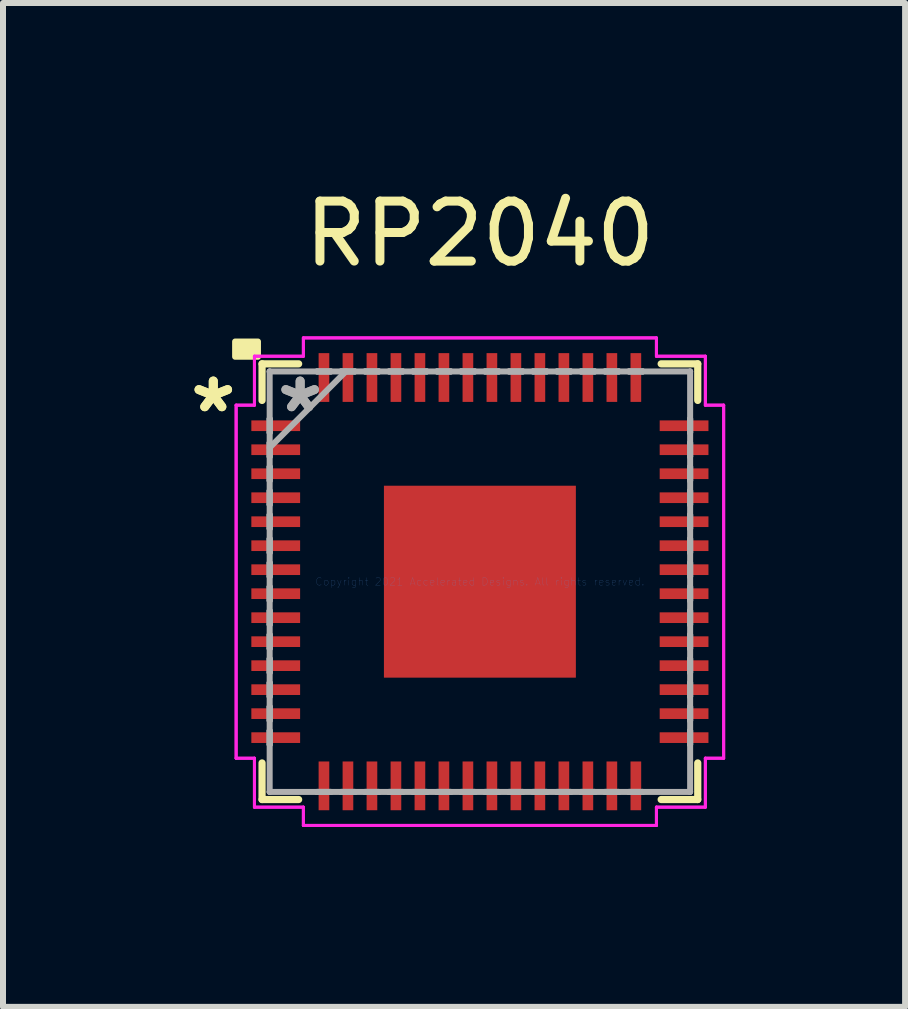
<source format=kicad_pcb>
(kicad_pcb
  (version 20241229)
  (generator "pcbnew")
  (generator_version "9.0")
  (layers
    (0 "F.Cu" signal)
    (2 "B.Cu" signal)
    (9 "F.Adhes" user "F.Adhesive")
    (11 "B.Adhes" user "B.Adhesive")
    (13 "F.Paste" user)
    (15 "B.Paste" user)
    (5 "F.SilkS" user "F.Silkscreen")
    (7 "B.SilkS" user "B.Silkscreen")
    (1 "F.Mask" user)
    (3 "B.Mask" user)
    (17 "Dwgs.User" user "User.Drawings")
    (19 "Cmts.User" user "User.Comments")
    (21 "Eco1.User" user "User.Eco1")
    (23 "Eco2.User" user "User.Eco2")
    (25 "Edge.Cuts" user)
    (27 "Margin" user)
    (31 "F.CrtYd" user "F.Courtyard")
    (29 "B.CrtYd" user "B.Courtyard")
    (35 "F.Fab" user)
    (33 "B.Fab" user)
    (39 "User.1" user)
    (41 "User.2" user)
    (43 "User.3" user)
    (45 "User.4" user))
  (footprint "RP2040"
    (layer "F.Cu")
    (at 4.951 6.648)
    (property "Reference" "RP2040" (at 0 -5.8 0) (layer "F.SilkS") (effects (font (size 1 1) (thickness 0.15))))
    (attr through_hole)
    (fp_line (start -3.632 -3.632) (end -3.632 -3.022) (stroke (width 0.12) (type solid)) (layer "F.SilkS"))
    (fp_line (start -3.632 3.022) (end -3.632 3.632) (stroke (width 0.12) (type solid)) (layer "F.SilkS"))
    (fp_line (start -3.632 3.632) (end -3.022 3.632) (stroke (width 0.12) (type solid)) (layer "F.SilkS"))
    (fp_line (start -3.022 -3.632) (end -3.632 -3.632) (stroke (width 0.12) (type solid)) (layer "F.SilkS"))
    (fp_line (start 3.022 3.632) (end 3.632 3.632) (stroke (width 0.12) (type solid)) (layer "F.SilkS"))
    (fp_line (start 3.632 -3.632) (end 3.022 -3.632) (stroke (width 0.12) (type solid)) (layer "F.SilkS"))
    (fp_line (start 3.632 -3.022) (end 3.632 -3.632) (stroke (width 0.12) (type solid)) (layer "F.SilkS"))
    (fp_line (start 3.632 3.632) (end 3.632 3.022) (stroke (width 0.12) (type solid)) (layer "F.SilkS"))
    (fp_poly (pts (xy -3.7 -3.75) (xy -3.7 -4.004) (xy -4.081 -4.004) (xy -4.081 -3.75)) (stroke (width 0.1) (type solid)) (fill yes) (layer "F.SilkS"))
    (fp_poly (pts (xy -1.5 -1.5) (xy -1.5 -0.1) (xy -0.1 -0.1) (xy -0.1 -1.5)) (stroke (width 0.1) (type solid)) (fill yes) (layer "F.Paste"))
    (fp_poly (pts (xy -1.5 0.1) (xy -1.5 1.5) (xy -0.1 1.5) (xy -0.1 0.1)) (stroke (width 0.1) (type solid)) (fill yes) (layer "F.Paste"))
    (fp_poly (pts (xy 0.1 -1.5) (xy 0.1 -0.1) (xy 1.5 -0.1) (xy 1.5 -1.5)) (stroke (width 0.1) (type solid)) (fill yes) (layer "F.Paste"))
    (fp_poly (pts (xy 0.1 0.1) (xy 0.1 1.5) (xy 1.5 1.5) (xy 1.5 0.1)) (stroke (width 0.1) (type solid)) (fill yes) (layer "F.Paste"))
    (fp_line (start -4.064 -2.943) (end -3.759 -2.943) (stroke (width 0.05) (type solid)) (layer "F.CrtYd"))
    (fp_line (start -4.064 -2.943) (end -3.759 -2.943) (stroke (width 0.05) (type solid)) (layer "F.CrtYd"))
    (fp_line (start -4.064 2.943) (end -4.064 -2.943) (stroke (width 0.05) (type solid)) (layer "F.CrtYd"))
    (fp_line (start -4.064 2.943) (end -4.064 -2.943) (stroke (width 0.05) (type solid)) (layer "F.CrtYd"))
    (fp_line (start -3.759 -3.759) (end -2.943 -3.759) (stroke (width 0.05) (type solid)) (layer "F.CrtYd"))
    (fp_line (start -3.759 -3.759) (end -2.943 -3.759) (stroke (width 0.05) (type solid)) (layer "F.CrtYd"))
    (fp_line (start -3.759 -2.943) (end -3.759 -3.759) (stroke (width 0.05) (type solid)) (layer "F.CrtYd"))
    (fp_line (start -3.759 -2.943) (end -3.759 -3.759) (stroke (width 0.05) (type solid)) (layer "F.CrtYd"))
    (fp_line (start -3.759 2.943) (end -4.064 2.943) (stroke (width 0.05) (type solid)) (layer "F.CrtYd"))
    (fp_line (start -3.759 2.943) (end -4.064 2.943) (stroke (width 0.05) (type solid)) (layer "F.CrtYd"))
    (fp_line (start -3.759 3.759) (end -3.759 2.943) (stroke (width 0.05) (type solid)) (layer "F.CrtYd"))
    (fp_line (start -3.759 3.759) (end -3.759 2.943) (stroke (width 0.05) (type solid)) (layer "F.CrtYd"))
    (fp_line (start -2.943 -4.064) (end 2.943 -4.064) (stroke (width 0.05) (type solid)) (layer "F.CrtYd"))
    (fp_line (start -2.943 -4.064) (end 2.943 -4.064) (stroke (width 0.05) (type solid)) (layer "F.CrtYd"))
    (fp_line (start -2.943 -3.759) (end -2.943 -4.064) (stroke (width 0.05) (type solid)) (layer "F.CrtYd"))
    (fp_line (start -2.943 -3.759) (end -2.943 -4.064) (stroke (width 0.05) (type solid)) (layer "F.CrtYd"))
    (fp_line (start -2.943 3.759) (end -3.759 3.759) (stroke (width 0.05) (type solid)) (layer "F.CrtYd"))
    (fp_line (start -2.943 3.759) (end -3.759 3.759) (stroke (width 0.05) (type solid)) (layer "F.CrtYd"))
    (fp_line (start -2.943 4.064) (end -2.943 3.759) (stroke (width 0.05) (type solid)) (layer "F.CrtYd"))
    (fp_line (start -2.943 4.064) (end -2.943 3.759) (stroke (width 0.05) (type solid)) (layer "F.CrtYd"))
    (fp_line (start 2.943 -4.064) (end 2.943 -3.759) (stroke (width 0.05) (type solid)) (layer "F.CrtYd"))
    (fp_line (start 2.943 -4.064) (end 2.943 -3.759) (stroke (width 0.05) (type solid)) (layer "F.CrtYd"))
    (fp_line (start 2.943 -3.759) (end 3.759 -3.759) (stroke (width 0.05) (type solid)) (layer "F.CrtYd"))
    (fp_line (start 2.943 -3.759) (end 3.759 -3.759) (stroke (width 0.05) (type solid)) (layer "F.CrtYd"))
    (fp_line (start 2.943 3.759) (end 2.943 4.064) (stroke (width 0.05) (type solid)) (layer "F.CrtYd"))
    (fp_line (start 2.943 3.759) (end 2.943 4.064) (stroke (width 0.05) (type solid)) (layer "F.CrtYd"))
    (fp_line (start 2.943 4.064) (end -2.943 4.064) (stroke (width 0.05) (type solid)) (layer "F.CrtYd"))
    (fp_line (start 2.943 4.064) (end -2.943 4.064) (stroke (width 0.05) (type solid)) (layer "F.CrtYd"))
    (fp_line (start 3.759 -3.759) (end 3.759 -2.943) (stroke (width 0.05) (type solid)) (layer "F.CrtYd"))
    (fp_line (start 3.759 -3.759) (end 3.759 -2.943) (stroke (width 0.05) (type solid)) (layer "F.CrtYd"))
    (fp_line (start 3.759 -2.943) (end 4.064 -2.943) (stroke (width 0.05) (type solid)) (layer "F.CrtYd"))
    (fp_line (start 3.759 -2.943) (end 4.064 -2.943) (stroke (width 0.05) (type solid)) (layer "F.CrtYd"))
    (fp_line (start 3.759 2.943) (end 3.759 3.759) (stroke (width 0.05) (type solid)) (layer "F.CrtYd"))
    (fp_line (start 3.759 2.943) (end 3.759 3.759) (stroke (width 0.05) (type solid)) (layer "F.CrtYd"))
    (fp_line (start 3.759 3.759) (end 2.943 3.759) (stroke (width 0.05) (type solid)) (layer "F.CrtYd"))
    (fp_line (start 3.759 3.759) (end 2.943 3.759) (stroke (width 0.05) (type solid)) (layer "F.CrtYd"))
    (fp_line (start 4.064 -2.943) (end 4.064 2.943) (stroke (width 0.05) (type solid)) (layer "F.CrtYd"))
    (fp_line (start 4.064 -2.943) (end 4.064 2.943) (stroke (width 0.05) (type solid)) (layer "F.CrtYd"))
    (fp_line (start 4.064 2.943) (end 3.759 2.943) (stroke (width 0.05) (type solid)) (layer "F.CrtYd"))
    (fp_line (start 4.064 2.943) (end 3.759 2.943) (stroke (width 0.05) (type solid)) (layer "F.CrtYd"))
    (fp_line (start -3.505 -3.505) (end -3.505 -3.505) (stroke (width 0.1) (type solid)) (layer "F.Fab"))
    (fp_line (start -3.505 -3.505) (end -3.505 3.505) (stroke (width 0.1) (type solid)) (layer "F.Fab"))
    (fp_line (start -3.505 -2.714) (end -3.505 -2.714) (stroke (width 0.1) (type solid)) (layer "F.Fab"))
    (fp_line (start -3.505 -2.714) (end -3.505 -2.486) (stroke (width 0.1) (type solid)) (layer "F.Fab"))
    (fp_line (start -3.505 -2.486) (end -3.505 -2.714) (stroke (width 0.1) (type solid)) (layer "F.Fab"))
    (fp_line (start -3.505 -2.486) (end -3.505 -2.486) (stroke (width 0.1) (type solid)) (layer "F.Fab"))
    (fp_line (start -3.505 -2.314) (end -3.505 -2.314) (stroke (width 0.1) (type solid)) (layer "F.Fab"))
    (fp_line (start -3.505 -2.314) (end -3.505 -2.086) (stroke (width 0.1) (type solid)) (layer "F.Fab"))
    (fp_line (start -3.505 -2.235) (end -2.235 -3.505) (stroke (width 0.1) (type solid)) (layer "F.Fab"))
    (fp_line (start -3.505 -2.086) (end -3.505 -2.314) (stroke (width 0.1) (type solid)) (layer "F.Fab"))
    (fp_line (start -3.505 -2.086) (end -3.505 -2.086) (stroke (width 0.1) (type solid)) (layer "F.Fab"))
    (fp_line (start -3.505 -1.914) (end -3.505 -1.914) (stroke (width 0.1) (type solid)) (layer "F.Fab"))
    (fp_line (start -3.505 -1.914) (end -3.505 -1.686) (stroke (width 0.1) (type solid)) (layer "F.Fab"))
    (fp_line (start -3.505 -1.686) (end -3.505 -1.914) (stroke (width 0.1) (type solid)) (layer "F.Fab"))
    (fp_line (start -3.505 -1.686) (end -3.505 -1.686) (stroke (width 0.1) (type solid)) (layer "F.Fab"))
    (fp_line (start -3.505 -1.514) (end -3.505 -1.514) (stroke (width 0.1) (type solid)) (layer "F.Fab"))
    (fp_line (start -3.505 -1.514) (end -3.505 -1.286) (stroke (width 0.1) (type solid)) (layer "F.Fab"))
    (fp_line (start -3.505 -1.286) (end -3.505 -1.514) (stroke (width 0.1) (type solid)) (layer "F.Fab"))
    (fp_line (start -3.505 -1.286) (end -3.505 -1.286) (stroke (width 0.1) (type solid)) (layer "F.Fab"))
    (fp_line (start -3.505 -1.114) (end -3.505 -1.114) (stroke (width 0.1) (type solid)) (layer "F.Fab"))
    (fp_line (start -3.505 -1.114) (end -3.505 -0.886) (stroke (width 0.1) (type solid)) (layer "F.Fab"))
    (fp_line (start -3.505 -0.886) (end -3.505 -1.114) (stroke (width 0.1) (type solid)) (layer "F.Fab"))
    (fp_line (start -3.505 -0.886) (end -3.505 -0.886) (stroke (width 0.1) (type solid)) (layer "F.Fab"))
    (fp_line (start -3.505 -0.714) (end -3.505 -0.714) (stroke (width 0.1) (type solid)) (layer "F.Fab"))
    (fp_line (start -3.505 -0.714) (end -3.505 -0.486) (stroke (width 0.1) (type solid)) (layer "F.Fab"))
    (fp_line (start -3.505 -0.486) (end -3.505 -0.714) (stroke (width 0.1) (type solid)) (layer "F.Fab"))
    (fp_line (start -3.505 -0.486) (end -3.505 -0.486) (stroke (width 0.1) (type solid)) (layer "F.Fab"))
    (fp_line (start -3.505 -0.314) (end -3.505 -0.314) (stroke (width 0.1) (type solid)) (layer "F.Fab"))
    (fp_line (start -3.505 -0.314) (end -3.505 -0.086) (stroke (width 0.1) (type solid)) (layer "F.Fab"))
    (fp_line (start -3.505 -0.086) (end -3.505 -0.314) (stroke (width 0.1) (type solid)) (layer "F.Fab"))
    (fp_line (start -3.505 -0.086) (end -3.505 -0.086) (stroke (width 0.1) (type solid)) (layer "F.Fab"))
    (fp_line (start -3.505 0.086) (end -3.505 0.086) (stroke (width 0.1) (type solid)) (layer "F.Fab"))
    (fp_line (start -3.505 0.086) (end -3.505 0.314) (stroke (width 0.1) (type solid)) (layer "F.Fab"))
    (fp_line (start -3.505 0.314) (end -3.505 0.086) (stroke (width 0.1) (type solid)) (layer "F.Fab"))
    (fp_line (start -3.505 0.314) (end -3.505 0.314) (stroke (width 0.1) (type solid)) (layer "F.Fab"))
    (fp_line (start -3.505 0.486) (end -3.505 0.486) (stroke (width 0.1) (type solid)) (layer "F.Fab"))
    (fp_line (start -3.505 0.486) (end -3.505 0.714) (stroke (width 0.1) (type solid)) (layer "F.Fab"))
    (fp_line (start -3.505 0.714) (end -3.505 0.486) (stroke (width 0.1) (type solid)) (layer "F.Fab"))
    (fp_line (start -3.505 0.714) (end -3.505 0.714) (stroke (width 0.1) (type solid)) (layer "F.Fab"))
    (fp_line (start -3.505 0.886) (end -3.505 0.886) (stroke (width 0.1) (type solid)) (layer "F.Fab"))
    (fp_line (start -3.505 0.886) (end -3.505 1.114) (stroke (width 0.1) (type solid)) (layer "F.Fab"))
    (fp_line (start -3.505 1.114) (end -3.505 0.886) (stroke (width 0.1) (type solid)) (layer "F.Fab"))
    (fp_line (start -3.505 1.114) (end -3.505 1.114) (stroke (width 0.1) (type solid)) (layer "F.Fab"))
    (fp_line (start -3.505 1.286) (end -3.505 1.286) (stroke (width 0.1) (type solid)) (layer "F.Fab"))
    (fp_line (start -3.505 1.286) (end -3.505 1.514) (stroke (width 0.1) (type solid)) (layer "F.Fab"))
    (fp_line (start -3.505 1.514) (end -3.505 1.286) (stroke (width 0.1) (type solid)) (layer "F.Fab"))
    (fp_line (start -3.505 1.514) (end -3.505 1.514) (stroke (width 0.1) (type solid)) (layer "F.Fab"))
    (fp_line (start -3.505 1.686) (end -3.505 1.686) (stroke (width 0.1) (type solid)) (layer "F.Fab"))
    (fp_line (start -3.505 1.686) (end -3.505 1.914) (stroke (width 0.1) (type solid)) (layer "F.Fab"))
    (fp_line (start -3.505 1.914) (end -3.505 1.686) (stroke (width 0.1) (type solid)) (layer "F.Fab"))
    (fp_line (start -3.505 1.914) (end -3.505 1.914) (stroke (width 0.1) (type solid)) (layer "F.Fab"))
    (fp_line (start -3.505 2.086) (end -3.505 2.086) (stroke (width 0.1) (type solid)) (layer "F.Fab"))
    (fp_line (start -3.505 2.086) (end -3.505 2.314) (stroke (width 0.1) (type solid)) (layer "F.Fab"))
    (fp_line (start -3.505 2.314) (end -3.505 2.086) (stroke (width 0.1) (type solid)) (layer "F.Fab"))
    (fp_line (start -3.505 2.314) (end -3.505 2.314) (stroke (width 0.1) (type solid)) (layer "F.Fab"))
    (fp_line (start -3.505 2.486) (end -3.505 2.486) (stroke (width 0.1) (type solid)) (layer "F.Fab"))
    (fp_line (start -3.505 2.486) (end -3.505 2.714) (stroke (width 0.1) (type solid)) (layer "F.Fab"))
    (fp_line (start -3.505 2.714) (end -3.505 2.486) (stroke (width 0.1) (type solid)) (layer "F.Fab"))
    (fp_line (start -3.505 2.714) (end -3.505 2.714) (stroke (width 0.1) (type solid)) (layer "F.Fab"))
    (fp_line (start -3.505 3.505) (end -3.505 3.505) (stroke (width 0.1) (type solid)) (layer "F.Fab"))
    (fp_line (start -3.505 3.505) (end 3.505 3.505) (stroke (width 0.1) (type solid)) (layer "F.Fab"))
    (fp_line (start -2.714 -3.505) (end -2.714 -3.505) (stroke (width 0.1) (type solid)) (layer "F.Fab"))
    (fp_line (start -2.714 -3.505) (end -2.486 -3.505) (stroke (width 0.1) (type solid)) (layer "F.Fab"))
    (fp_line (start -2.714 3.505) (end -2.714 3.505) (stroke (width 0.1) (type solid)) (layer "F.Fab"))
    (fp_line (start -2.714 3.505) (end -2.486 3.505) (stroke (width 0.1) (type solid)) (layer "F.Fab"))
    (fp_line (start -2.486 -3.505) (end -2.714 -3.505) (stroke (width 0.1) (type solid)) (layer "F.Fab"))
    (fp_line (start -2.486 -3.505) (end -2.486 -3.505) (stroke (width 0.1) (type solid)) (layer "F.Fab"))
    (fp_line (start -2.486 3.505) (end -2.714 3.505) (stroke (width 0.1) (type solid)) (layer "F.Fab"))
    (fp_line (start -2.486 3.505) (end -2.486 3.505) (stroke (width 0.1) (type solid)) (layer "F.Fab"))
    (fp_line (start -2.314 -3.505) (end -2.314 -3.505) (stroke (width 0.1) (type solid)) (layer "F.Fab"))
    (fp_line (start -2.314 -3.505) (end -2.086 -3.505) (stroke (width 0.1) (type solid)) (layer "F.Fab"))
    (fp_line (start -2.314 3.505) (end -2.314 3.505) (stroke (width 0.1) (type solid)) (layer "F.Fab"))
    (fp_line (start -2.314 3.505) (end -2.086 3.505) (stroke (width 0.1) (type solid)) (layer "F.Fab"))
    (fp_line (start -2.086 -3.505) (end -2.314 -3.505) (stroke (width 0.1) (type solid)) (layer "F.Fab"))
    (fp_line (start -2.086 -3.505) (end -2.086 -3.505) (stroke (width 0.1) (type solid)) (layer "F.Fab"))
    (fp_line (start -2.086 3.505) (end -2.314 3.505) (stroke (width 0.1) (type solid)) (layer "F.Fab"))
    (fp_line (start -2.086 3.505) (end -2.086 3.505) (stroke (width 0.1) (type solid)) (layer "F.Fab"))
    (fp_line (start -1.914 -3.505) (end -1.914 -3.505) (stroke (width 0.1) (type solid)) (layer "F.Fab"))
    (fp_line (start -1.914 -3.505) (end -1.686 -3.505) (stroke (width 0.1) (type solid)) (layer "F.Fab"))
    (fp_line (start -1.914 3.505) (end -1.914 3.505) (stroke (width 0.1) (type solid)) (layer "F.Fab"))
    (fp_line (start -1.914 3.505) (end -1.686 3.505) (stroke (width 0.1) (type solid)) (layer "F.Fab"))
    (fp_line (start -1.686 -3.505) (end -1.914 -3.505) (stroke (width 0.1) (type solid)) (layer "F.Fab"))
    (fp_line (start -1.686 -3.505) (end -1.686 -3.505) (stroke (width 0.1) (type solid)) (layer "F.Fab"))
    (fp_line (start -1.686 3.505) (end -1.914 3.505) (stroke (width 0.1) (type solid)) (layer "F.Fab"))
    (fp_line (start -1.686 3.505) (end -1.686 3.505) (stroke (width 0.1) (type solid)) (layer "F.Fab"))
    (fp_line (start -1.514 -3.505) (end -1.514 -3.505) (stroke (width 0.1) (type solid)) (layer "F.Fab"))
    (fp_line (start -1.514 -3.505) (end -1.286 -3.505) (stroke (width 0.1) (type solid)) (layer "F.Fab"))
    (fp_line (start -1.514 3.505) (end -1.514 3.505) (stroke (width 0.1) (type solid)) (layer "F.Fab"))
    (fp_line (start -1.514 3.505) (end -1.286 3.505) (stroke (width 0.1) (type solid)) (layer "F.Fab"))
    (fp_line (start -1.286 -3.505) (end -1.514 -3.505) (stroke (width 0.1) (type solid)) (layer "F.Fab"))
    (fp_line (start -1.286 -3.505) (end -1.286 -3.505) (stroke (width 0.1) (type solid)) (layer "F.Fab"))
    (fp_line (start -1.286 3.505) (end -1.514 3.505) (stroke (width 0.1) (type solid)) (layer "F.Fab"))
    (fp_line (start -1.286 3.505) (end -1.286 3.505) (stroke (width 0.1) (type solid)) (layer "F.Fab"))
    (fp_line (start -1.114 -3.505) (end -1.114 -3.505) (stroke (width 0.1) (type solid)) (layer "F.Fab"))
    (fp_line (start -1.114 -3.505) (end -0.886 -3.505) (stroke (width 0.1) (type solid)) (layer "F.Fab"))
    (fp_line (start -1.114 3.505) (end -1.114 3.505) (stroke (width 0.1) (type solid)) (layer "F.Fab"))
    (fp_line (start -1.114 3.505) (end -0.886 3.505) (stroke (width 0.1) (type solid)) (layer "F.Fab"))
    (fp_line (start -0.886 -3.505) (end -1.114 -3.505) (stroke (width 0.1) (type solid)) (layer "F.Fab"))
    (fp_line (start -0.886 -3.505) (end -0.886 -3.505) (stroke (width 0.1) (type solid)) (layer "F.Fab"))
    (fp_line (start -0.886 3.505) (end -1.114 3.505) (stroke (width 0.1) (type solid)) (layer "F.Fab"))
    (fp_line (start -0.886 3.505) (end -0.886 3.505) (stroke (width 0.1) (type solid)) (layer "F.Fab"))
    (fp_line (start -0.714 -3.505) (end -0.714 -3.505) (stroke (width 0.1) (type solid)) (layer "F.Fab"))
    (fp_line (start -0.714 -3.505) (end -0.486 -3.505) (stroke (width 0.1) (type solid)) (layer "F.Fab"))
    (fp_line (start -0.714 3.505) (end -0.714 3.505) (stroke (width 0.1) (type solid)) (layer "F.Fab"))
    (fp_line (start -0.714 3.505) (end -0.486 3.505) (stroke (width 0.1) (type solid)) (layer "F.Fab"))
    (fp_line (start -0.486 -3.505) (end -0.714 -3.505) (stroke (width 0.1) (type solid)) (layer "F.Fab"))
    (fp_line (start -0.486 -3.505) (end -0.486 -3.505) (stroke (width 0.1) (type solid)) (layer "F.Fab"))
    (fp_line (start -0.486 3.505) (end -0.714 3.505) (stroke (width 0.1) (type solid)) (layer "F.Fab"))
    (fp_line (start -0.486 3.505) (end -0.486 3.505) (stroke (width 0.1) (type solid)) (layer "F.Fab"))
    (fp_line (start -0.314 -3.505) (end -0.314 -3.505) (stroke (width 0.1) (type solid)) (layer "F.Fab"))
    (fp_line (start -0.314 -3.505) (end -0.086 -3.505) (stroke (width 0.1) (type solid)) (layer "F.Fab"))
    (fp_line (start -0.314 3.505) (end -0.314 3.505) (stroke (width 0.1) (type solid)) (layer "F.Fab"))
    (fp_line (start -0.314 3.505) (end -0.086 3.505) (stroke (width 0.1) (type solid)) (layer "F.Fab"))
    (fp_line (start -0.086 -3.505) (end -0.314 -3.505) (stroke (width 0.1) (type solid)) (layer "F.Fab"))
    (fp_line (start -0.086 -3.505) (end -0.086 -3.505) (stroke (width 0.1) (type solid)) (layer "F.Fab"))
    (fp_line (start -0.086 3.505) (end -0.314 3.505) (stroke (width 0.1) (type solid)) (layer "F.Fab"))
    (fp_line (start -0.086 3.505) (end -0.086 3.505) (stroke (width 0.1) (type solid)) (layer "F.Fab"))
    (fp_line (start 0.086 -3.505) (end 0.086 -3.505) (stroke (width 0.1) (type solid)) (layer "F.Fab"))
    (fp_line (start 0.086 -3.505) (end 0.314 -3.505) (stroke (width 0.1) (type solid)) (layer "F.Fab"))
    (fp_line (start 0.086 3.505) (end 0.086 3.505) (stroke (width 0.1) (type solid)) (layer "F.Fab"))
    (fp_line (start 0.086 3.505) (end 0.314 3.505) (stroke (width 0.1) (type solid)) (layer "F.Fab"))
    (fp_line (start 0.314 -3.505) (end 0.086 -3.505) (stroke (width 0.1) (type solid)) (layer "F.Fab"))
    (fp_line (start 0.314 -3.505) (end 0.314 -3.505) (stroke (width 0.1) (type solid)) (layer "F.Fab"))
    (fp_line (start 0.314 3.505) (end 0.086 3.505) (stroke (width 0.1) (type solid)) (layer "F.Fab"))
    (fp_line (start 0.314 3.505) (end 0.314 3.505) (stroke (width 0.1) (type solid)) (layer "F.Fab"))
    (fp_line (start 0.486 -3.505) (end 0.486 -3.505) (stroke (width 0.1) (type solid)) (layer "F.Fab"))
    (fp_line (start 0.486 -3.505) (end 0.714 -3.505) (stroke (width 0.1) (type solid)) (layer "F.Fab"))
    (fp_line (start 0.486 3.505) (end 0.486 3.505) (stroke (width 0.1) (type solid)) (layer "F.Fab"))
    (fp_line (start 0.486 3.505) (end 0.714 3.505) (stroke (width 0.1) (type solid)) (layer "F.Fab"))
    (fp_line (start 0.714 -3.505) (end 0.486 -3.505) (stroke (width 0.1) (type solid)) (layer "F.Fab"))
    (fp_line (start 0.714 -3.505) (end 0.714 -3.505) (stroke (width 0.1) (type solid)) (layer "F.Fab"))
    (fp_line (start 0.714 3.505) (end 0.486 3.505) (stroke (width 0.1) (type solid)) (layer "F.Fab"))
    (fp_line (start 0.714 3.505) (end 0.714 3.505) (stroke (width 0.1) (type solid)) (layer "F.Fab"))
    (fp_line (start 0.886 -3.505) (end 0.886 -3.505) (stroke (width 0.1) (type solid)) (layer "F.Fab"))
    (fp_line (start 0.886 -3.505) (end 1.114 -3.505) (stroke (width 0.1) (type solid)) (layer "F.Fab"))
    (fp_line (start 0.886 3.505) (end 0.886 3.505) (stroke (width 0.1) (type solid)) (layer "F.Fab"))
    (fp_line (start 0.886 3.505) (end 1.114 3.505) (stroke (width 0.1) (type solid)) (layer "F.Fab"))
    (fp_line (start 1.114 -3.505) (end 0.886 -3.505) (stroke (width 0.1) (type solid)) (layer "F.Fab"))
    (fp_line (start 1.114 -3.505) (end 1.114 -3.505) (stroke (width 0.1) (type solid)) (layer "F.Fab"))
    (fp_line (start 1.114 3.505) (end 0.886 3.505) (stroke (width 0.1) (type solid)) (layer "F.Fab"))
    (fp_line (start 1.114 3.505) (end 1.114 3.505) (stroke (width 0.1) (type solid)) (layer "F.Fab"))
    (fp_line (start 1.286 -3.505) (end 1.286 -3.505) (stroke (width 0.1) (type solid)) (layer "F.Fab"))
    (fp_line (start 1.286 -3.505) (end 1.514 -3.505) (stroke (width 0.1) (type solid)) (layer "F.Fab"))
    (fp_line (start 1.286 3.505) (end 1.286 3.505) (stroke (width 0.1) (type solid)) (layer "F.Fab"))
    (fp_line (start 1.286 3.505) (end 1.514 3.505) (stroke (width 0.1) (type solid)) (layer "F.Fab"))
    (fp_line (start 1.514 -3.505) (end 1.286 -3.505) (stroke (width 0.1) (type solid)) (layer "F.Fab"))
    (fp_line (start 1.514 -3.505) (end 1.514 -3.505) (stroke (width 0.1) (type solid)) (layer "F.Fab"))
    (fp_line (start 1.514 3.505) (end 1.286 3.505) (stroke (width 0.1) (type solid)) (layer "F.Fab"))
    (fp_line (start 1.514 3.505) (end 1.514 3.505) (stroke (width 0.1) (type solid)) (layer "F.Fab"))
    (fp_line (start 1.686 -3.505) (end 1.686 -3.505) (stroke (width 0.1) (type solid)) (layer "F.Fab"))
    (fp_line (start 1.686 -3.505) (end 1.914 -3.505) (stroke (width 0.1) (type solid)) (layer "F.Fab"))
    (fp_line (start 1.686 3.505) (end 1.686 3.505) (stroke (width 0.1) (type solid)) (layer "F.Fab"))
    (fp_line (start 1.686 3.505) (end 1.914 3.505) (stroke (width 0.1) (type solid)) (layer "F.Fab"))
    (fp_line (start 1.914 -3.505) (end 1.686 -3.505) (stroke (width 0.1) (type solid)) (layer "F.Fab"))
    (fp_line (start 1.914 -3.505) (end 1.914 -3.505) (stroke (width 0.1) (type solid)) (layer "F.Fab"))
    (fp_line (start 1.914 3.505) (end 1.686 3.505) (stroke (width 0.1) (type solid)) (layer "F.Fab"))
    (fp_line (start 1.914 3.505) (end 1.914 3.505) (stroke (width 0.1) (type solid)) (layer "F.Fab"))
    (fp_line (start 2.086 -3.505) (end 2.086 -3.505) (stroke (width 0.1) (type solid)) (layer "F.Fab"))
    (fp_line (start 2.086 -3.505) (end 2.314 -3.505) (stroke (width 0.1) (type solid)) (layer "F.Fab"))
    (fp_line (start 2.086 3.505) (end 2.086 3.505) (stroke (width 0.1) (type solid)) (layer "F.Fab"))
    (fp_line (start 2.086 3.505) (end 2.314 3.505) (stroke (width 0.1) (type solid)) (layer "F.Fab"))
    (fp_line (start 2.314 -3.505) (end 2.086 -3.505) (stroke (width 0.1) (type solid)) (layer "F.Fab"))
    (fp_line (start 2.314 -3.505) (end 2.314 -3.505) (stroke (width 0.1) (type solid)) (layer "F.Fab"))
    (fp_line (start 2.314 3.505) (end 2.086 3.505) (stroke (width 0.1) (type solid)) (layer "F.Fab"))
    (fp_line (start 2.314 3.505) (end 2.314 3.505) (stroke (width 0.1) (type solid)) (layer "F.Fab"))
    (fp_line (start 2.486 -3.505) (end 2.486 -3.505) (stroke (width 0.1) (type solid)) (layer "F.Fab"))
    (fp_line (start 2.486 -3.505) (end 2.714 -3.505) (stroke (width 0.1) (type solid)) (layer "F.Fab"))
    (fp_line (start 2.486 3.505) (end 2.486 3.505) (stroke (width 0.1) (type solid)) (layer "F.Fab"))
    (fp_line (start 2.486 3.505) (end 2.714 3.505) (stroke (width 0.1) (type solid)) (layer "F.Fab"))
    (fp_line (start 2.714 -3.505) (end 2.486 -3.505) (stroke (width 0.1) (type solid)) (layer "F.Fab"))
    (fp_line (start 2.714 -3.505) (end 2.714 -3.505) (stroke (width 0.1) (type solid)) (layer "F.Fab"))
    (fp_line (start 2.714 3.505) (end 2.486 3.505) (stroke (width 0.1) (type solid)) (layer "F.Fab"))
    (fp_line (start 2.714 3.505) (end 2.714 3.505) (stroke (width 0.1) (type solid)) (layer "F.Fab"))
    (fp_line (start 3.505 -3.505) (end -3.505 -3.505) (stroke (width 0.1) (type solid)) (layer "F.Fab"))
    (fp_line (start 3.505 -3.505) (end 3.505 -3.505) (stroke (width 0.1) (type solid)) (layer "F.Fab"))
    (fp_line (start 3.505 -2.714) (end 3.505 -2.714) (stroke (width 0.1) (type solid)) (layer "F.Fab"))
    (fp_line (start 3.505 -2.714) (end 3.505 -2.486) (stroke (width 0.1) (type solid)) (layer "F.Fab"))
    (fp_line (start 3.505 -2.486) (end 3.505 -2.714) (stroke (width 0.1) (type solid)) (layer "F.Fab"))
    (fp_line (start 3.505 -2.486) (end 3.505 -2.486) (stroke (width 0.1) (type solid)) (layer "F.Fab"))
    (fp_line (start 3.505 -2.314) (end 3.505 -2.314) (stroke (width 0.1) (type solid)) (layer "F.Fab"))
    (fp_line (start 3.505 -2.314) (end 3.505 -2.086) (stroke (width 0.1) (type solid)) (layer "F.Fab"))
    (fp_line (start 3.505 -2.086) (end 3.505 -2.314) (stroke (width 0.1) (type solid)) (layer "F.Fab"))
    (fp_line (start 3.505 -2.086) (end 3.505 -2.086) (stroke (width 0.1) (type solid)) (layer "F.Fab"))
    (fp_line (start 3.505 -1.914) (end 3.505 -1.914) (stroke (width 0.1) (type solid)) (layer "F.Fab"))
    (fp_line (start 3.505 -1.914) (end 3.505 -1.686) (stroke (width 0.1) (type solid)) (layer "F.Fab"))
    (fp_line (start 3.505 -1.686) (end 3.505 -1.914) (stroke (width 0.1) (type solid)) (layer "F.Fab"))
    (fp_line (start 3.505 -1.686) (end 3.505 -1.686) (stroke (width 0.1) (type solid)) (layer "F.Fab"))
    (fp_line (start 3.505 -1.514) (end 3.505 -1.514) (stroke (width 0.1) (type solid)) (layer "F.Fab"))
    (fp_line (start 3.505 -1.514) (end 3.505 -1.286) (stroke (width 0.1) (type solid)) (layer "F.Fab"))
    (fp_line (start 3.505 -1.286) (end 3.505 -1.514) (stroke (width 0.1) (type solid)) (layer "F.Fab"))
    (fp_line (start 3.505 -1.286) (end 3.505 -1.286) (stroke (width 0.1) (type solid)) (layer "F.Fab"))
    (fp_line (start 3.505 -1.114) (end 3.505 -1.114) (stroke (width 0.1) (type solid)) (layer "F.Fab"))
    (fp_line (start 3.505 -1.114) (end 3.505 -0.886) (stroke (width 0.1) (type solid)) (layer "F.Fab"))
    (fp_line (start 3.505 -0.886) (end 3.505 -1.114) (stroke (width 0.1) (type solid)) (layer "F.Fab"))
    (fp_line (start 3.505 -0.886) (end 3.505 -0.886) (stroke (width 0.1) (type solid)) (layer "F.Fab"))
    (fp_line (start 3.505 -0.714) (end 3.505 -0.714) (stroke (width 0.1) (type solid)) (layer "F.Fab"))
    (fp_line (start 3.505 -0.714) (end 3.505 -0.486) (stroke (width 0.1) (type solid)) (layer "F.Fab"))
    (fp_line (start 3.505 -0.486) (end 3.505 -0.714) (stroke (width 0.1) (type solid)) (layer "F.Fab"))
    (fp_line (start 3.505 -0.486) (end 3.505 -0.486) (stroke (width 0.1) (type solid)) (layer "F.Fab"))
    (fp_line (start 3.505 -0.314) (end 3.505 -0.314) (stroke (width 0.1) (type solid)) (layer "F.Fab"))
    (fp_line (start 3.505 -0.314) (end 3.505 -0.086) (stroke (width 0.1) (type solid)) (layer "F.Fab"))
    (fp_line (start 3.505 -0.086) (end 3.505 -0.314) (stroke (width 0.1) (type solid)) (layer "F.Fab"))
    (fp_line (start 3.505 -0.086) (end 3.505 -0.086) (stroke (width 0.1) (type solid)) (layer "F.Fab"))
    (fp_line (start 3.505 0.086) (end 3.505 0.086) (stroke (width 0.1) (type solid)) (layer "F.Fab"))
    (fp_line (start 3.505 0.086) (end 3.505 0.314) (stroke (width 0.1) (type solid)) (layer "F.Fab"))
    (fp_line (start 3.505 0.314) (end 3.505 0.086) (stroke (width 0.1) (type solid)) (layer "F.Fab"))
    (fp_line (start 3.505 0.314) (end 3.505 0.314) (stroke (width 0.1) (type solid)) (layer "F.Fab"))
    (fp_line (start 3.505 0.486) (end 3.505 0.486) (stroke (width 0.1) (type solid)) (layer "F.Fab"))
    (fp_line (start 3.505 0.486) (end 3.505 0.714) (stroke (width 0.1) (type solid)) (layer "F.Fab"))
    (fp_line (start 3.505 0.714) (end 3.505 0.486) (stroke (width 0.1) (type solid)) (layer "F.Fab"))
    (fp_line (start 3.505 0.714) (end 3.505 0.714) (stroke (width 0.1) (type solid)) (layer "F.Fab"))
    (fp_line (start 3.505 0.886) (end 3.505 0.886) (stroke (width 0.1) (type solid)) (layer "F.Fab"))
    (fp_line (start 3.505 0.886) (end 3.505 1.114) (stroke (width 0.1) (type solid)) (layer "F.Fab"))
    (fp_line (start 3.505 1.114) (end 3.505 0.886) (stroke (width 0.1) (type solid)) (layer "F.Fab"))
    (fp_line (start 3.505 1.114) (end 3.505 1.114) (stroke (width 0.1) (type solid)) (layer "F.Fab"))
    (fp_line (start 3.505 1.286) (end 3.505 1.286) (stroke (width 0.1) (type solid)) (layer "F.Fab"))
    (fp_line (start 3.505 1.286) (end 3.505 1.514) (stroke (width 0.1) (type solid)) (layer "F.Fab"))
    (fp_line (start 3.505 1.514) (end 3.505 1.286) (stroke (width 0.1) (type solid)) (layer "F.Fab"))
    (fp_line (start 3.505 1.514) (end 3.505 1.514) (stroke (width 0.1) (type solid)) (layer "F.Fab"))
    (fp_line (start 3.505 1.686) (end 3.505 1.686) (stroke (width 0.1) (type solid)) (layer "F.Fab"))
    (fp_line (start 3.505 1.686) (end 3.505 1.914) (stroke (width 0.1) (type solid)) (layer "F.Fab"))
    (fp_line (start 3.505 1.914) (end 3.505 1.686) (stroke (width 0.1) (type solid)) (layer "F.Fab"))
    (fp_line (start 3.505 1.914) (end 3.505 1.914) (stroke (width 0.1) (type solid)) (layer "F.Fab"))
    (fp_line (start 3.505 2.086) (end 3.505 2.086) (stroke (width 0.1) (type solid)) (layer "F.Fab"))
    (fp_line (start 3.505 2.086) (end 3.505 2.314) (stroke (width 0.1) (type solid)) (layer "F.Fab"))
    (fp_line (start 3.505 2.314) (end 3.505 2.086) (stroke (width 0.1) (type solid)) (layer "F.Fab"))
    (fp_line (start 3.505 2.314) (end 3.505 2.314) (stroke (width 0.1) (type solid)) (layer "F.Fab"))
    (fp_line (start 3.505 2.486) (end 3.505 2.486) (stroke (width 0.1) (type solid)) (layer "F.Fab"))
    (fp_line (start 3.505 2.486) (end 3.505 2.714) (stroke (width 0.1) (type solid)) (layer "F.Fab"))
    (fp_line (start 3.505 2.714) (end 3.505 2.486) (stroke (width 0.1) (type solid)) (layer "F.Fab"))
    (fp_line (start 3.505 2.714) (end 3.505 2.714) (stroke (width 0.1) (type solid)) (layer "F.Fab"))
    (fp_line (start 3.505 3.505) (end 3.505 -3.505) (stroke (width 0.1) (type solid)) (layer "F.Fab"))
    (fp_line (start 3.505 3.505) (end 3.505 3.505) (stroke (width 0.1) (type solid)) (layer "F.Fab"))
    (fp_text user "*" (at -4.445 -2.8 0) (layer "F.SilkS") (effects (font (size 1 1) (thickness 0.15))))
    (fp_text user "*" (at -4.445 -2.8 0) (layer "F.SilkS") (effects (font (size 1 1) (thickness 0.15))))
    (fp_text user "Copyright 2021 Accelerated Designs. All rights reserved." (at 0 0 0) (layer "Cmts.User") (effects (font (size 0.127 0.127) (thickness 0.002))))
    (fp_text user "*" (at -2.997 -2.8 0) (layer "F.Fab") (effects (font (size 1 1) (thickness 0.15))))
    (fp_text user "*" (at -2.997 -2.8 0) (layer "F.Fab") (effects (font (size 1 1) (thickness 0.15))))
    (pad "1" smd rect (at -3.404 -2.6 90) (size 0.178 0.813) (layers "F.Cu" "F.Mask" "F.Paste"))
    (pad "2" smd rect (at -3.404 -2.2 90) (size 0.178 0.813) (layers "F.Cu" "F.Mask" "F.Paste"))
    (pad "3" smd rect (at -3.404 -1.8 90) (size 0.178 0.813) (layers "F.Cu" "F.Mask" "F.Paste"))
    (pad "4" smd rect (at -3.404 -1.4 90) (size 0.178 0.813) (layers "F.Cu" "F.Mask" "F.Paste"))
    (pad "5" smd rect (at -3.404 -1 90) (size 0.178 0.813) (layers "F.Cu" "F.Mask" "F.Paste"))
    (pad "6" smd rect (at -3.404 -0.6 90) (size 0.178 0.813) (layers "F.Cu" "F.Mask" "F.Paste"))
    (pad "7" smd rect (at -3.404 -0.2 90) (size 0.178 0.813) (layers "F.Cu" "F.Mask" "F.Paste"))
    (pad "8" smd rect (at -3.404 0.2 90) (size 0.178 0.813) (layers "F.Cu" "F.Mask" "F.Paste"))
    (pad "9" smd rect (at -3.404 0.6 90) (size 0.178 0.813) (layers "F.Cu" "F.Mask" "F.Paste"))
    (pad "10" smd rect (at -3.404 1 90) (size 0.178 0.813) (layers "F.Cu" "F.Mask" "F.Paste"))
    (pad "11" smd rect (at -3.404 1.4 90) (size 0.178 0.813) (layers "F.Cu" "F.Mask" "F.Paste"))
    (pad "12" smd rect (at -3.404 1.8 90) (size 0.178 0.813) (layers "F.Cu" "F.Mask" "F.Paste"))
    (pad "13" smd rect (at -3.404 2.2 90) (size 0.178 0.813) (layers "F.Cu" "F.Mask" "F.Paste"))
    (pad "14" smd rect (at -3.404 2.6 90) (size 0.178 0.813) (layers "F.Cu" "F.Mask" "F.Paste"))
    (pad "15" smd rect (at -2.6 3.404) (size 0.178 0.813) (layers "F.Cu" "F.Mask" "F.Paste"))
    (pad "16" smd rect (at -2.2 3.404) (size 0.178 0.813) (layers "F.Cu" "F.Mask" "F.Paste"))
    (pad "17" smd rect (at -1.8 3.404) (size 0.178 0.813) (layers "F.Cu" "F.Mask" "F.Paste"))
    (pad "18" smd rect (at -1.4 3.404) (size 0.178 0.813) (layers "F.Cu" "F.Mask" "F.Paste"))
    (pad "19" smd rect (at -1 3.404) (size 0.178 0.813) (layers "F.Cu" "F.Mask" "F.Paste"))
    (pad "20" smd rect (at -0.6 3.404) (size 0.178 0.813) (layers "F.Cu" "F.Mask" "F.Paste"))
    (pad "21" smd rect (at -0.2 3.404) (size 0.178 0.813) (layers "F.Cu" "F.Mask" "F.Paste"))
    (pad "22" smd rect (at 0.2 3.404) (size 0.178 0.813) (layers "F.Cu" "F.Mask" "F.Paste"))
    (pad "23" smd rect (at 0.6 3.404) (size 0.178 0.813) (layers "F.Cu" "F.Mask" "F.Paste"))
    (pad "24" smd rect (at 1 3.404) (size 0.178 0.813) (layers "F.Cu" "F.Mask" "F.Paste"))
    (pad "25" smd rect (at 1.4 3.404) (size 0.178 0.813) (layers "F.Cu" "F.Mask" "F.Paste"))
    (pad "26" smd rect (at 1.8 3.404) (size 0.178 0.813) (layers "F.Cu" "F.Mask" "F.Paste"))
    (pad "27" smd rect (at 2.2 3.404) (size 0.178 0.813) (layers "F.Cu" "F.Mask" "F.Paste"))
    (pad "28" smd rect (at 2.6 3.404) (size 0.178 0.813) (layers "F.Cu" "F.Mask" "F.Paste"))
    (pad "29" smd rect (at 3.404 2.6 90) (size 0.178 0.813) (layers "F.Cu" "F.Mask" "F.Paste"))
    (pad "30" smd rect (at 3.404 2.2 90) (size 0.178 0.813) (layers "F.Cu" "F.Mask" "F.Paste"))
    (pad "31" smd rect (at 3.404 1.8 90) (size 0.178 0.813) (layers "F.Cu" "F.Mask" "F.Paste"))
    (pad "32" smd rect (at 3.404 1.4 90) (size 0.178 0.813) (layers "F.Cu" "F.Mask" "F.Paste"))
    (pad "33" smd rect (at 3.404 1 90) (size 0.178 0.813) (layers "F.Cu" "F.Mask" "F.Paste"))
    (pad "34" smd rect (at 3.404 0.6 90) (size 0.178 0.813) (layers "F.Cu" "F.Mask" "F.Paste"))
    (pad "35" smd rect (at 3.404 0.2 90) (size 0.178 0.813) (layers "F.Cu" "F.Mask" "F.Paste"))
    (pad "36" smd rect (at 3.404 -0.2 90) (size 0.178 0.813) (layers "F.Cu" "F.Mask" "F.Paste"))
    (pad "37" smd rect (at 3.404 -0.6 90) (size 0.178 0.813) (layers "F.Cu" "F.Mask" "F.Paste"))
    (pad "38" smd rect (at 3.404 -1 90) (size 0.178 0.813) (layers "F.Cu" "F.Mask" "F.Paste"))
    (pad "39" smd rect (at 3.404 -1.4 90) (size 0.178 0.813) (layers "F.Cu" "F.Mask" "F.Paste"))
    (pad "40" smd rect (at 3.404 -1.8 90) (size 0.178 0.813) (layers "F.Cu" "F.Mask" "F.Paste"))
    (pad "41" smd rect (at 3.404 -2.2 90) (size 0.178 0.813) (layers "F.Cu" "F.Mask" "F.Paste"))
    (pad "42" smd rect (at 3.404 -2.6 90) (size 0.178 0.813) (layers "F.Cu" "F.Mask" "F.Paste"))
    (pad "43" smd rect (at 2.6 -3.404) (size 0.178 0.813) (layers "F.Cu" "F.Mask" "F.Paste"))
    (pad "44" smd rect (at 2.2 -3.404) (size 0.178 0.813) (layers "F.Cu" "F.Mask" "F.Paste"))
    (pad "45" smd rect (at 1.8 -3.404) (size 0.178 0.813) (layers "F.Cu" "F.Mask" "F.Paste"))
    (pad "46" smd rect (at 1.4 -3.404) (size 0.178 0.813) (layers "F.Cu" "F.Mask" "F.Paste"))
    (pad "47" smd rect (at 1 -3.404) (size 0.178 0.813) (layers "F.Cu" "F.Mask" "F.Paste"))
    (pad "48" smd rect (at 0.6 -3.404) (size 0.178 0.813) (layers "F.Cu" "F.Mask" "F.Paste"))
    (pad "49" smd rect (at 0.2 -3.404) (size 0.178 0.813) (layers "F.Cu" "F.Mask" "F.Paste"))
    (pad "50" smd rect (at -0.2 -3.404) (size 0.178 0.813) (layers "F.Cu" "F.Mask" "F.Paste"))
    (pad "51" smd rect (at -0.6 -3.404) (size 0.178 0.813) (layers "F.Cu" "F.Mask" "F.Paste"))
    (pad "52" smd rect (at -1 -3.404) (size 0.178 0.813) (layers "F.Cu" "F.Mask" "F.Paste"))
    (pad "53" smd rect (at -1.4 -3.404) (size 0.178 0.813) (layers "F.Cu" "F.Mask" "F.Paste"))
    (pad "54" smd rect (at -1.8 -3.404) (size 0.178 0.813) (layers "F.Cu" "F.Mask" "F.Paste"))
    (pad "55" smd rect (at -2.2 -3.404) (size 0.178 0.813) (layers "F.Cu" "F.Mask" "F.Paste"))
    (pad "56" smd rect (at -2.6 -3.404) (size 0.178 0.813) (layers "F.Cu" "F.Mask" "F.Paste"))
    (pad "57" smd rect (at 0 0) (size 3.2 3.2) (layers "F.Cu" "F.Mask")))
  (gr_rect
    (start -3 -3)
    (end 12.04 13.737)
    (stroke (width 0.1) (type default))
    (fill no)
    (layer "Edge.Cuts")))
</source>
